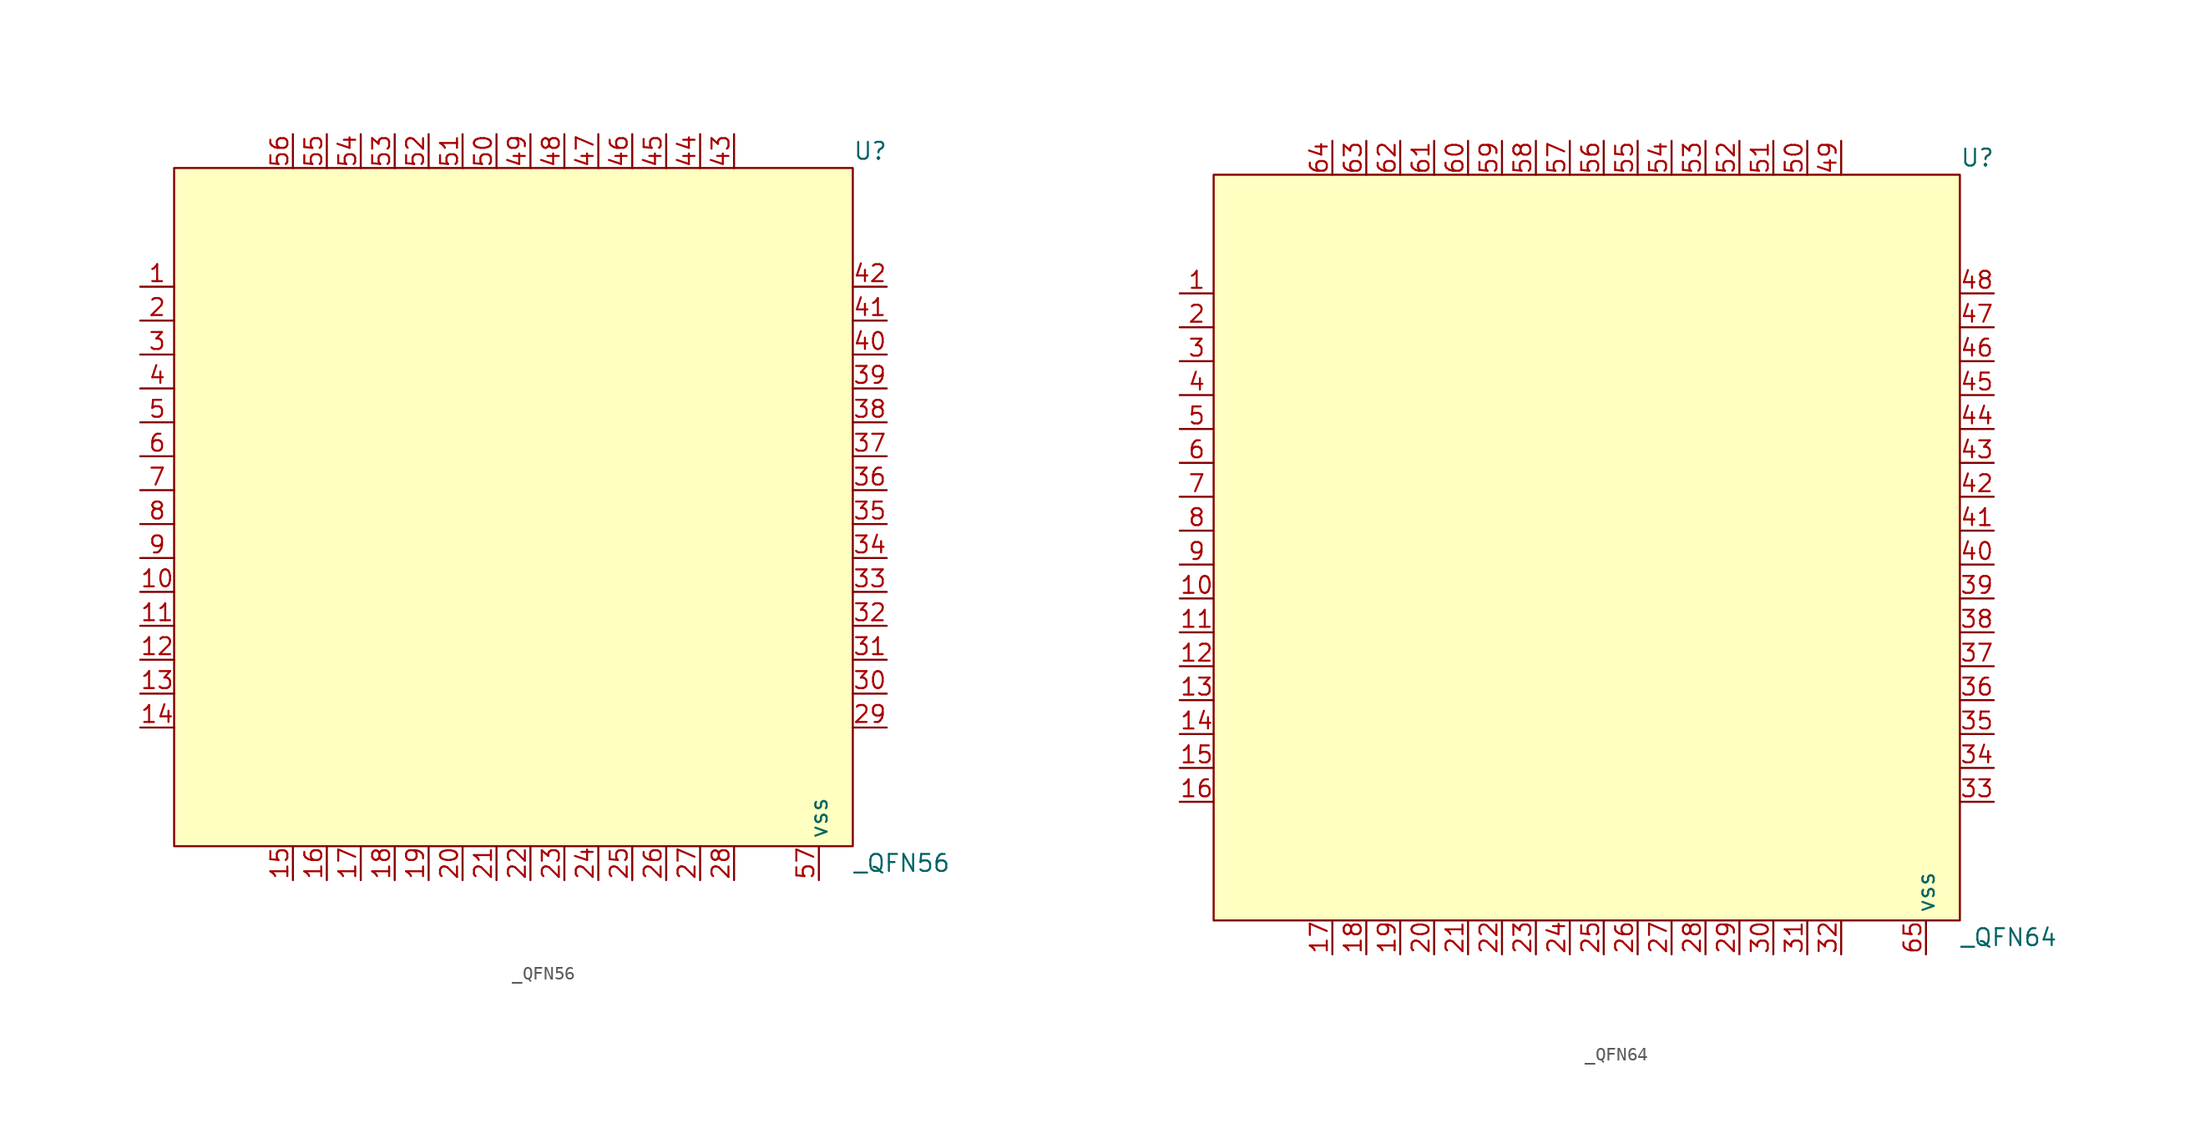
<source format=kicad_sym>
(kicad_symbol_lib
  (version 20241209)
  (generator "kicad_symbol_editor")
  (generator_version "9.0")
  (symbol "_QFN56"
    (property "Reference" "U"
      (at 25.4 26.67 0)
      (effects (font (size 1.27 1.27)) (justify left)))
    (property "Value" "_QFN56"
      (at 25.4 -26.67 0)
      (effects (font (size 1.27 1.27)) (justify left)))
    (symbol "_QFN56_0_0"
      (pin unspecified line (at -27.94 16.51 0) (length 2.54) (name "" (effects (font (size 1.27 1.27)))) (number "1" (effects (font (size 1.27 1.27)))))
      (pin unspecified line (at -27.94 13.97 0) (length 2.54) (name "" (effects (font (size 1.27 1.27)))) (number "2" (effects (font (size 1.27 1.27)))))
      (pin unspecified line (at -27.94 11.43 0) (length 2.54) (name "" (effects (font (size 1.27 1.27)))) (number "3" (effects (font (size 1.27 1.27)))))
      (pin unspecified line (at -27.94 8.89 0) (length 2.54) (name "" (effects (font (size 1.27 1.27)))) (number "4" (effects (font (size 1.27 1.27)))))
      (pin unspecified line (at -27.94 6.35 0) (length 2.54) (name "" (effects (font (size 1.27 1.27)))) (number "5" (effects (font (size 1.27 1.27)))))
      (pin unspecified line (at -27.94 3.81 0) (length 2.54) (name "" (effects (font (size 1.27 1.27)))) (number "6" (effects (font (size 1.27 1.27)))))
      (pin unspecified line (at -27.94 1.27 0) (length 2.54) (name "" (effects (font (size 1.27 1.27)))) (number "7" (effects (font (size 1.27 1.27)))))
      (pin unspecified line (at -27.94 -1.27 0) (length 2.54) (name "" (effects (font (size 1.27 1.27)))) (number "8" (effects (font (size 1.27 1.27)))))
      (pin unspecified line (at -27.94 -3.81 0) (length 2.54) (name "" (effects (font (size 1.27 1.27)))) (number "9" (effects (font (size 1.27 1.27)))))
      (pin unspecified line (at -27.94 -6.35 0) (length 2.54) (name "" (effects (font (size 1.27 1.27)))) (number "10" (effects (font (size 1.27 1.27)))))
      (pin unspecified line (at -27.94 -8.89 0) (length 2.54) (name "" (effects (font (size 1.27 1.27)))) (number "11" (effects (font (size 1.27 1.27)))))
      (pin unspecified line (at -27.94 -11.43 0) (length 2.54) (name "" (effects (font (size 1.27 1.27)))) (number "12" (effects (font (size 1.27 1.27)))))
      (pin unspecified line (at -27.94 -13.97 0) (length 2.54) (name "" (effects (font (size 1.27 1.27)))) (number "13" (effects (font (size 1.27 1.27)))))
      (pin unspecified line (at -27.94 -16.51 0) (length 2.54) (name "" (effects (font (size 1.27 1.27)))) (number "14" (effects (font (size 1.27 1.27)))))
      (pin unspecified line (at -16.51 -27.94 90) (length 2.54) (name "" (effects (font (size 1.27 1.27)))) (number "15" (effects (font (size 1.27 1.27)))))
      (pin unspecified line (at -13.97 27.94 270) (length 2.54) (name "" (effects (font (size 1.27 1.27)))) (number "55" (effects (font (size 1.27 1.27)))))
      (pin unspecified line (at -13.97 -27.94 90) (length 2.54) (name "" (effects (font (size 1.27 1.27)))) (number "16" (effects (font (size 1.27 1.27)))))
      (pin unspecified line (at -11.43 27.94 270) (length 2.54) (name "" (effects (font (size 1.27 1.27)))) (number "54" (effects (font (size 1.27 1.27)))))
      (pin unspecified line (at -11.43 -27.94 90) (length 2.54) (name "" (effects (font (size 1.27 1.27)))) (number "17" (effects (font (size 1.27 1.27)))))
      (pin unspecified line (at -8.89 27.94 270) (length 2.54) (name "" (effects (font (size 1.27 1.27)))) (number "53" (effects (font (size 1.27 1.27)))))
      (pin unspecified line (at -8.89 -27.94 90) (length 2.54) (name "" (effects (font (size 1.27 1.27)))) (number "18" (effects (font (size 1.27 1.27)))))
      (pin unspecified line (at -6.35 27.94 270) (length 2.54) (name "" (effects (font (size 1.27 1.27)))) (number "52" (effects (font (size 1.27 1.27)))))
      (pin unspecified line (at -6.35 -27.94 90) (length 2.54) (name "" (effects (font (size 1.27 1.27)))) (number "19" (effects (font (size 1.27 1.27)))))
      (pin unspecified line (at -3.81 27.94 270) (length 2.54) (name "" (effects (font (size 1.27 1.27)))) (number "51" (effects (font (size 1.27 1.27)))))
      (pin unspecified line (at -3.81 -27.94 90) (length 2.54) (name "" (effects (font (size 1.27 1.27)))) (number "20" (effects (font (size 1.27 1.27)))))
      (pin unspecified line (at -1.27 27.94 270) (length 2.54) (name "" (effects (font (size 1.27 1.27)))) (number "50" (effects (font (size 1.27 1.27)))))
      (pin unspecified line (at -1.27 -27.94 90) (length 2.54) (name "" (effects (font (size 1.27 1.27)))) (number "21" (effects (font (size 1.27 1.27)))))
      (pin unspecified line (at 1.27 27.94 270) (length 2.54) (name "" (effects (font (size 1.27 1.27)))) (number "49" (effects (font (size 1.27 1.27)))))
      (pin unspecified line (at 1.27 -27.94 90) (length 2.54) (name "" (effects (font (size 1.27 1.27)))) (number "22" (effects (font (size 1.27 1.27)))))
      (pin unspecified line (at 3.81 27.94 270) (length 2.54) (name "" (effects (font (size 1.27 1.27)))) (number "48" (effects (font (size 1.27 1.27)))))
      (pin unspecified line (at 3.81 -27.94 90) (length 2.54) (name "" (effects (font (size 1.27 1.27)))) (number "23" (effects (font (size 1.27 1.27)))))
      (pin unspecified line (at 6.35 27.94 270) (length 2.54) (name "" (effects (font (size 1.27 1.27)))) (number "47" (effects (font (size 1.27 1.27)))))
      (pin unspecified line (at 8.89 27.94 270) (length 2.54) (name "" (effects (font (size 1.27 1.27)))) (number "46" (effects (font (size 1.27 1.27)))))
      (pin unspecified line (at 11.43 27.94 270) (length 2.54) (name "" (effects (font (size 1.27 1.27)))) (number "45" (effects (font (size 1.27 1.27)))))
      (pin unspecified line (at 11.43 -27.94 90) (length 2.54) (name "" (effects (font (size 1.27 1.27)))) (number "26" (effects (font (size 1.27 1.27)))))
      (pin unspecified line (at 13.97 27.94 270) (length 2.54) (name "" (effects (font (size 1.27 1.27)))) (number "44" (effects (font (size 1.27 1.27)))))
      (pin unspecified line (at 13.97 -27.94 90) (length 2.54) (name "" (effects (font (size 1.27 1.27)))) (number "27" (effects (font (size 1.27 1.27)))))
      (pin unspecified line (at 16.51 27.94 270) (length 2.54) (name "" (effects (font (size 1.27 1.27)))) (number "43" (effects (font (size 1.27 1.27)))))
      (pin unspecified line (at 16.51 -27.94 90) (length 2.54) (name "" (effects (font (size 1.27 1.27)))) (number "28" (effects (font (size 1.27 1.27)))))
      (pin unspecified line (at 27.94 16.51 180) (length 2.54) (name "" (effects (font (size 1.27 1.27)))) (number "42" (effects (font (size 1.27 1.27)))))
      (pin unspecified line (at 27.94 8.89 180) (length 2.54) (name "" (effects (font (size 1.27 1.27)))) (number "39" (effects (font (size 1.27 1.27)))))
      (pin unspecified line (at 27.94 6.35 180) (length 2.54) (name "" (effects (font (size 1.27 1.27)))) (number "38" (effects (font (size 1.27 1.27)))))
      (pin unspecified line (at 27.94 3.81 180) (length 2.54) (name "" (effects (font (size 1.27 1.27)))) (number "37" (effects (font (size 1.27 1.27)))))
      (pin unspecified line (at 27.94 1.27 180) (length 2.54) (name "" (effects (font (size 1.27 1.27)))) (number "36" (effects (font (size 1.27 1.27)))))
      (pin unspecified line (at 27.94 -1.27 180) (length 2.54) (name "" (effects (font (size 1.27 1.27)))) (number "35" (effects (font (size 1.27 1.27)))))
      (pin unspecified line (at 27.94 -3.81 180) (length 2.54) (name "" (effects (font (size 1.27 1.27)))) (number "34" (effects (font (size 1.27 1.27)))))
      (pin unspecified line (at 27.94 -6.35 180) (length 2.54) (name "" (effects (font (size 1.27 1.27)))) (number "33" (effects (font (size 1.27 1.27)))))
      (pin unspecified line (at 27.94 -8.89 180) (length 2.54) (name "" (effects (font (size 1.27 1.27)))) (number "32" (effects (font (size 1.27 1.27)))))
      (pin unspecified line (at 27.94 -11.43 180) (length 2.54) (name "" (effects (font (size 1.27 1.27)))) (number "31" (effects (font (size 1.27 1.27)))))
      (pin unspecified line (at 27.94 -13.97 180) (length 2.54) (name "" (effects (font (size 1.27 1.27)))) (number "30" (effects (font (size 1.27 1.27)))))
      (pin unspecified line (at 27.94 -16.51 180) (length 2.54) (name "" (effects (font (size 1.27 1.27)))) (number "29" (effects (font (size 1.27 1.27))))))
    (symbol "_QFN56_1_0"
      (pin unspecified line (at -16.51 27.94 270) (length 2.54) (name "" (effects (font (size 1.27 1.27)))) (number "56" (effects (font (size 1.27 1.27)))))
      (pin unspecified line (at 6.35 -27.94 90) (length 2.54) (name "" (effects (font (size 1.27 1.27)))) (number "24" (effects (font (size 1.27 1.27)))))
      (pin unspecified line (at 8.89 -27.94 90) (length 2.54) (name "" (effects (font (size 1.27 1.27)))) (number "25" (effects (font (size 1.27 1.27)))))
      (pin unspecified line (at 22.86 -27.94 90) (length 2.54) (name "vss" (effects (font (size 1.27 1.27)))) (number "57" (effects (font (size 1.27 1.27)))))
      (pin unspecified line (at 27.94 13.97 180) (length 2.54) (name "" (effects (font (size 1.27 1.27)))) (number "41" (effects (font (size 1.27 1.27)))))
      (pin unspecified line (at 27.94 11.43 180) (length 2.54) (name "" (effects (font (size 1.27 1.27)))) (number "40" (effects (font (size 1.27 1.27))))))
    (symbol "_QFN56_1_1"
      (rectangle (start -25.4 25.4) (end 25.4 -25.4) (stroke (width 0) (type solid)) (fill (type background)))))
  (symbol "_QFN64"
    (property "Reference" "U"
      (at 27.94 29.21 0)
      (effects (font (size 1.27 1.27)) (justify left)))
    (property "Value" "_QFN64"
      (at 27.94 -29.21 0)
      (effects (font (size 1.27 1.27)) (justify left)))
    (symbol "_QFN64_0_0"
      (pin unspecified line (at -30.48 19.05 0) (length 2.54) (name "" (effects (font (size 1.27 1.27)))) (number "1" (effects (font (size 1.27 1.27)))))
      (pin unspecified line (at -30.48 16.51 0) (length 2.54) (name "" (effects (font (size 1.27 1.27)))) (number "2" (effects (font (size 1.27 1.27)))))
      (pin unspecified line (at -30.48 13.97 0) (length 2.54) (name "" (effects (font (size 1.27 1.27)))) (number "3" (effects (font (size 1.27 1.27)))))
      (pin unspecified line (at -30.48 11.43 0) (length 2.54) (name "" (effects (font (size 1.27 1.27)))) (number "4" (effects (font (size 1.27 1.27)))))
      (pin unspecified line (at -30.48 8.89 0) (length 2.54) (name "" (effects (font (size 1.27 1.27)))) (number "5" (effects (font (size 1.27 1.27)))))
      (pin unspecified line (at -30.48 6.35 0) (length 2.54) (name "" (effects (font (size 1.27 1.27)))) (number "6" (effects (font (size 1.27 1.27)))))
      (pin unspecified line (at -30.48 3.81 0) (length 2.54) (name "" (effects (font (size 1.27 1.27)))) (number "7" (effects (font (size 1.27 1.27)))))
      (pin unspecified line (at -30.48 1.27 0) (length 2.54) (name "" (effects (font (size 1.27 1.27)))) (number "8" (effects (font (size 1.27 1.27)))))
      (pin unspecified line (at -30.48 -1.27 0) (length 2.54) (name "" (effects (font (size 1.27 1.27)))) (number "9" (effects (font (size 1.27 1.27)))))
      (pin unspecified line (at -30.48 -3.81 0) (length 2.54) (name "" (effects (font (size 1.27 1.27)))) (number "10" (effects (font (size 1.27 1.27)))))
      (pin unspecified line (at -30.48 -6.35 0) (length 2.54) (name "" (effects (font (size 1.27 1.27)))) (number "11" (effects (font (size 1.27 1.27)))))
      (pin unspecified line (at -30.48 -8.89 0) (length 2.54) (name "" (effects (font (size 1.27 1.27)))) (number "12" (effects (font (size 1.27 1.27)))))
      (pin unspecified line (at -30.48 -11.43 0) (length 2.54) (name "" (effects (font (size 1.27 1.27)))) (number "13" (effects (font (size 1.27 1.27)))))
      (pin unspecified line (at -30.48 -13.97 0) (length 2.54) (name "" (effects (font (size 1.27 1.27)))) (number "14" (effects (font (size 1.27 1.27)))))
      (pin unspecified line (at -30.48 -16.51 0) (length 2.54) (name "" (effects (font (size 1.27 1.27)))) (number "15" (effects (font (size 1.27 1.27)))))
      (pin unspecified line (at -30.48 -19.05 0) (length 2.54) (name "" (effects (font (size 1.27 1.27)))) (number "16" (effects (font (size 1.27 1.27)))))
      (pin unspecified line (at -19.05 30.48 270) (length 2.54) (name "" (effects (font (size 1.27 1.27)))) (number "64" (effects (font (size 1.27 1.27)))))
      (pin unspecified line (at -19.05 -30.48 90) (length 2.54) (name "" (effects (font (size 1.27 1.27)))) (number "17" (effects (font (size 1.27 1.27)))))
      (pin unspecified line (at -16.51 30.48 270) (length 2.54) (name "" (effects (font (size 1.27 1.27)))) (number "63" (effects (font (size 1.27 1.27)))))
      (pin unspecified line (at -16.51 -30.48 90) (length 2.54) (name "" (effects (font (size 1.27 1.27)))) (number "18" (effects (font (size 1.27 1.27)))))
      (pin unspecified line (at -13.97 30.48 270) (length 2.54) (name "" (effects (font (size 1.27 1.27)))) (number "62" (effects (font (size 1.27 1.27)))))
      (pin unspecified line (at -13.97 -30.48 90) (length 2.54) (name "" (effects (font (size 1.27 1.27)))) (number "19" (effects (font (size 1.27 1.27)))))
      (pin unspecified line (at -11.43 30.48 270) (length 2.54) (name "" (effects (font (size 1.27 1.27)))) (number "61" (effects (font (size 1.27 1.27)))))
      (pin unspecified line (at -11.43 -30.48 90) (length 2.54) (name "" (effects (font (size 1.27 1.27)))) (number "20" (effects (font (size 1.27 1.27)))))
      (pin unspecified line (at -8.89 30.48 270) (length 2.54) (name "" (effects (font (size 1.27 1.27)))) (number "60" (effects (font (size 1.27 1.27)))))
      (pin unspecified line (at -8.89 -30.48 90) (length 2.54) (name "" (effects (font (size 1.27 1.27)))) (number "21" (effects (font (size 1.27 1.27)))))
      (pin unspecified line (at -6.35 30.48 270) (length 2.54) (name "" (effects (font (size 1.27 1.27)))) (number "59" (effects (font (size 1.27 1.27)))))
      (pin unspecified line (at -6.35 -30.48 90) (length 2.54) (name "" (effects (font (size 1.27 1.27)))) (number "22" (effects (font (size 1.27 1.27)))))
      (pin unspecified line (at -3.81 30.48 270) (length 2.54) (name "" (effects (font (size 1.27 1.27)))) (number "58" (effects (font (size 1.27 1.27)))))
      (pin unspecified line (at -3.81 -30.48 90) (length 2.54) (name "" (effects (font (size 1.27 1.27)))) (number "23" (effects (font (size 1.27 1.27)))))
      (pin unspecified line (at 3.81 30.48 270) (length 2.54) (name "" (effects (font (size 1.27 1.27)))) (number "55" (effects (font (size 1.27 1.27)))))
      (pin unspecified line (at 3.81 -30.48 90) (length 2.54) (name "" (effects (font (size 1.27 1.27)))) (number "26" (effects (font (size 1.27 1.27)))))
      (pin unspecified line (at 6.35 30.48 270) (length 2.54) (name "" (effects (font (size 1.27 1.27)))) (number "54" (effects (font (size 1.27 1.27)))))
      (pin unspecified line (at 6.35 -30.48 90) (length 2.54) (name "" (effects (font (size 1.27 1.27)))) (number "27" (effects (font (size 1.27 1.27)))))
      (pin unspecified line (at 8.89 30.48 270) (length 2.54) (name "" (effects (font (size 1.27 1.27)))) (number "53" (effects (font (size 1.27 1.27)))))
      (pin unspecified line (at 8.89 -30.48 90) (length 2.54) (name "" (effects (font (size 1.27 1.27)))) (number "28" (effects (font (size 1.27 1.27)))))
      (pin unspecified line (at 11.43 30.48 270) (length 2.54) (name "" (effects (font (size 1.27 1.27)))) (number "52" (effects (font (size 1.27 1.27)))))
      (pin unspecified line (at 11.43 -30.48 90) (length 2.54) (name "" (effects (font (size 1.27 1.27)))) (number "29" (effects (font (size 1.27 1.27)))))
      (pin unspecified line (at 13.97 30.48 270) (length 2.54) (name "" (effects (font (size 1.27 1.27)))) (number "51" (effects (font (size 1.27 1.27)))))
      (pin unspecified line (at 13.97 -30.48 90) (length 2.54) (name "" (effects (font (size 1.27 1.27)))) (number "30" (effects (font (size 1.27 1.27)))))
      (pin unspecified line (at 16.51 30.48 270) (length 2.54) (name "" (effects (font (size 1.27 1.27)))) (number "50" (effects (font (size 1.27 1.27)))))
      (pin unspecified line (at 16.51 -30.48 90) (length 2.54) (name "" (effects (font (size 1.27 1.27)))) (number "31" (effects (font (size 1.27 1.27)))))
      (pin unspecified line (at 19.05 30.48 270) (length 2.54) (name "" (effects (font (size 1.27 1.27)))) (number "49" (effects (font (size 1.27 1.27)))))
      (pin unspecified line (at 19.05 -30.48 90) (length 2.54) (name "" (effects (font (size 1.27 1.27)))) (number "32" (effects (font (size 1.27 1.27)))))
      (pin unspecified line (at 30.48 19.05 180) (length 2.54) (name "" (effects (font (size 1.27 1.27)))) (number "48" (effects (font (size 1.27 1.27)))))
      (pin unspecified line (at 30.48 16.51 180) (length 2.54) (name "" (effects (font (size 1.27 1.27)))) (number "47" (effects (font (size 1.27 1.27)))))
      (pin unspecified line (at 30.48 13.97 180) (length 2.54) (name "" (effects (font (size 1.27 1.27)))) (number "46" (effects (font (size 1.27 1.27)))))
      (pin unspecified line (at 30.48 11.43 180) (length 2.54) (name "" (effects (font (size 1.27 1.27)))) (number "45" (effects (font (size 1.27 1.27)))))
      (pin unspecified line (at 30.48 8.89 180) (length 2.54) (name "" (effects (font (size 1.27 1.27)))) (number "44" (effects (font (size 1.27 1.27)))))
      (pin unspecified line (at 30.48 6.35 180) (length 2.54) (name "" (effects (font (size 1.27 1.27)))) (number "43" (effects (font (size 1.27 1.27)))))
      (pin unspecified line (at 30.48 3.81 180) (length 2.54) (name "" (effects (font (size 1.27 1.27)))) (number "42" (effects (font (size 1.27 1.27)))))
      (pin unspecified line (at 30.48 -3.81 180) (length 2.54) (name "" (effects (font (size 1.27 1.27)))) (number "39" (effects (font (size 1.27 1.27)))))
      (pin unspecified line (at 30.48 -6.35 180) (length 2.54) (name "" (effects (font (size 1.27 1.27)))) (number "38" (effects (font (size 1.27 1.27)))))
      (pin unspecified line (at 30.48 -8.89 180) (length 2.54) (name "" (effects (font (size 1.27 1.27)))) (number "37" (effects (font (size 1.27 1.27)))))
      (pin unspecified line (at 30.48 -11.43 180) (length 2.54) (name "" (effects (font (size 1.27 1.27)))) (number "36" (effects (font (size 1.27 1.27)))))
      (pin unspecified line (at 30.48 -13.97 180) (length 2.54) (name "" (effects (font (size 1.27 1.27)))) (number "35" (effects (font (size 1.27 1.27)))))
      (pin unspecified line (at 30.48 -16.51 180) (length 2.54) (name "" (effects (font (size 1.27 1.27)))) (number "34" (effects (font (size 1.27 1.27)))))
      (pin unspecified line (at 30.48 -19.05 180) (length 2.54) (name "" (effects (font (size 1.27 1.27)))) (number "33" (effects (font (size 1.27 1.27))))))
    (symbol "_QFN64_1_0"
      (pin unspecified line (at -1.27 30.48 270) (length 2.54) (name "" (effects (font (size 1.27 1.27)))) (number "57" (effects (font (size 1.27 1.27)))))
      (pin unspecified line (at -1.27 -30.48 90) (length 2.54) (name "" (effects (font (size 1.27 1.27)))) (number "24" (effects (font (size 1.27 1.27)))))
      (pin unspecified line (at 1.27 30.48 270) (length 2.54) (name "" (effects (font (size 1.27 1.27)))) (number "56" (effects (font (size 1.27 1.27)))))
      (pin unspecified line (at 1.27 -30.48 90) (length 2.54) (name "" (effects (font (size 1.27 1.27)))) (number "25" (effects (font (size 1.27 1.27)))))
      (pin unspecified line (at 25.4 -30.48 90) (length 2.54) (name "vss" (effects (font (size 1.27 1.27)))) (number "65" (effects (font (size 1.27 1.27)))))
      (pin unspecified line (at 30.48 1.27 180) (length 2.54) (name "" (effects (font (size 1.27 1.27)))) (number "41" (effects (font (size 1.27 1.27)))))
      (pin unspecified line (at 30.48 -1.27 180) (length 2.54) (name "" (effects (font (size 1.27 1.27)))) (number "40" (effects (font (size 1.27 1.27))))))
    (symbol "_QFN64_1_1"
      (rectangle (start -27.94 27.94) (end 27.94 -27.94) (stroke (width 0) (type solid)) (fill (type background))))))
</source>
